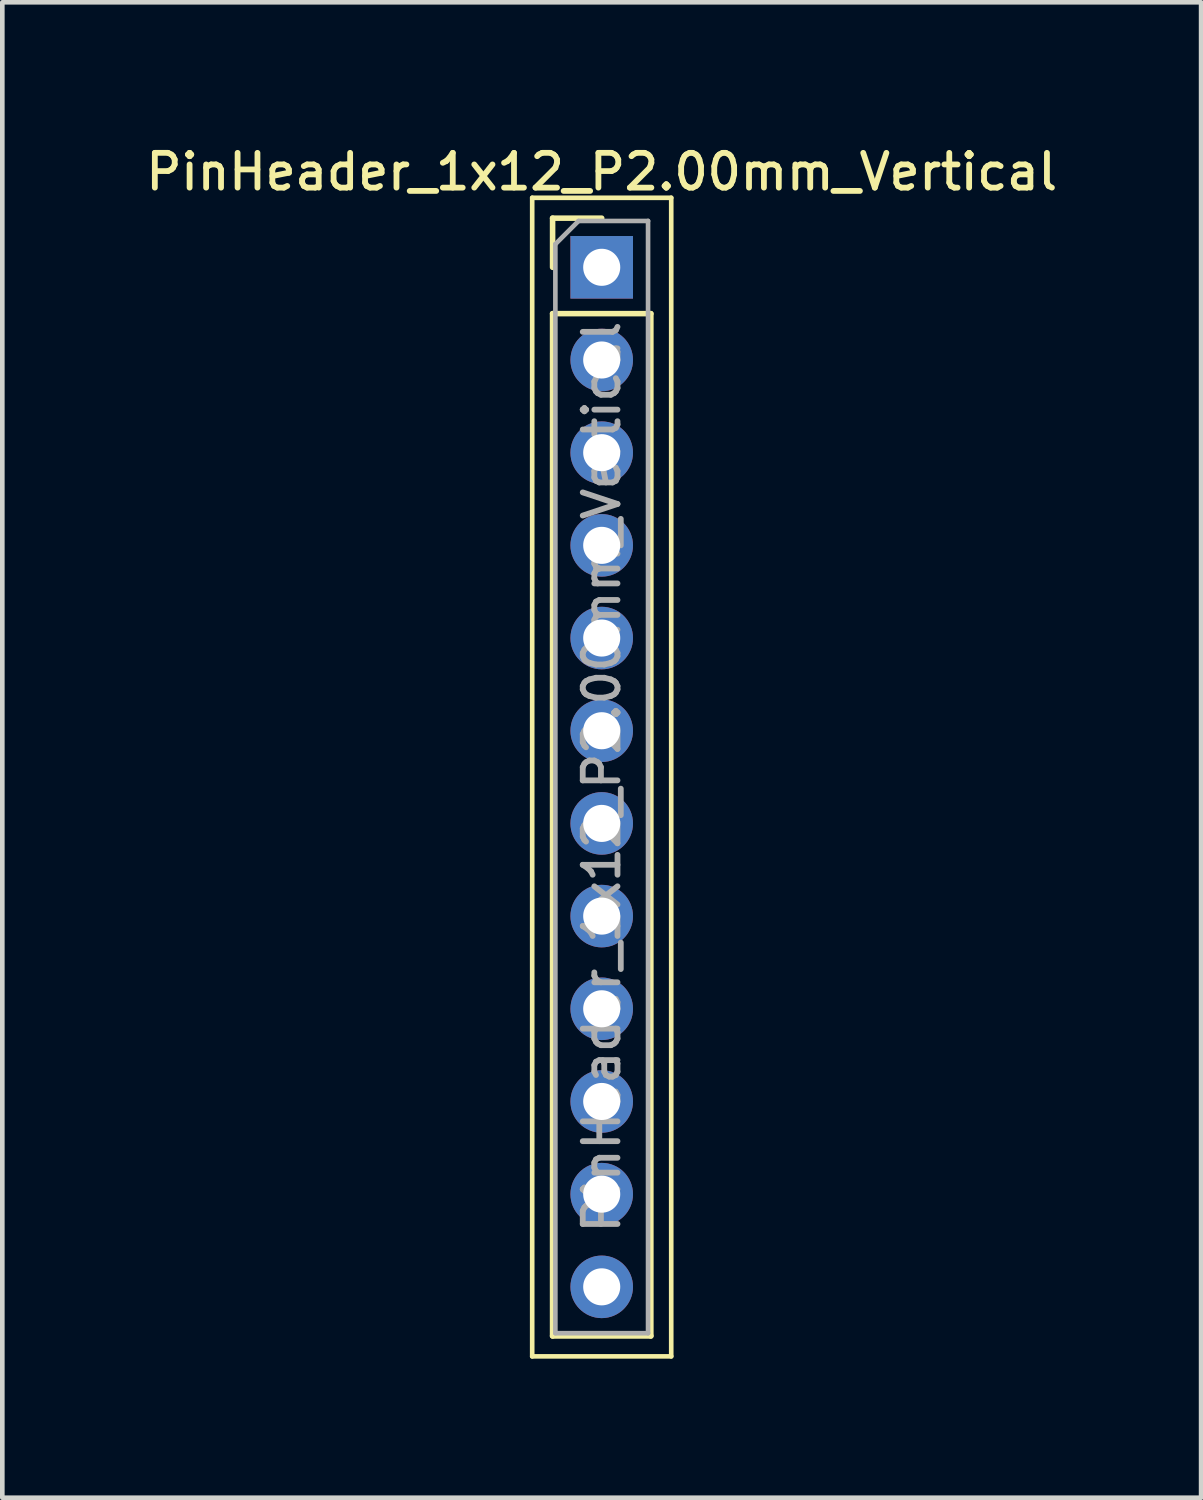
<source format=kicad_pcb>
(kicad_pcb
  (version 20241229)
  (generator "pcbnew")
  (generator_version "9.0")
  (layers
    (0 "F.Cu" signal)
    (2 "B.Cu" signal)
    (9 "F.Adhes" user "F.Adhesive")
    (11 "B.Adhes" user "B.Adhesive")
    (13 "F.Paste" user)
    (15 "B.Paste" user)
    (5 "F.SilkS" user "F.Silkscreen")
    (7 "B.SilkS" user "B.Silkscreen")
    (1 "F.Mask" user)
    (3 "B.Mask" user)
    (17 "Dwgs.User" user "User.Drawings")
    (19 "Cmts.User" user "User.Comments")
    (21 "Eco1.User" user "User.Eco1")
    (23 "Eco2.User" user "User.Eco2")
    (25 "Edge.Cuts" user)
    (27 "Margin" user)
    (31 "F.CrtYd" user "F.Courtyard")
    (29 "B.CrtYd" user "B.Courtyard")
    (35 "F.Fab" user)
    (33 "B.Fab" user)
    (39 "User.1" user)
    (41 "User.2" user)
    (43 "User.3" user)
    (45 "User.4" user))
  (footprint "PinHeader_1x12_P2.00mm_Vertical"
    (layer "F.Cu")
    (at 9.934 2.718)
    (property "Reference" "PinHeader_1x12_P2.00mm_Vertical" (at 0 -2.06 0) (layer "F.SilkS") (effects (font (size 0.75 0.75) (thickness 0.125))))
    (attr through_hole)
    (fp_line (start -1.5 -1.5) (end -1.5 23.5) (stroke (width 0.1) (type solid)) (layer "F.SilkS"))
    (fp_line (start -1.5 23.5) (end 1.5 23.5) (stroke (width 0.1) (type solid)) (layer "F.SilkS"))
    (fp_line (start -1.06 -1.06) (end 0 -1.06) (stroke (width 0.12) (type solid)) (layer "F.SilkS"))
    (fp_line (start -1.06 0) (end -1.06 -1.06) (stroke (width 0.12) (type solid)) (layer "F.SilkS"))
    (fp_line (start -1.06 1) (end -1.06 23.06) (stroke (width 0.12) (type solid)) (layer "F.SilkS"))
    (fp_line (start -1.06 1) (end 1.06 1) (stroke (width 0.12) (type solid)) (layer "F.SilkS"))
    (fp_line (start -1.06 23.06) (end 1.06 23.06) (stroke (width 0.12) (type solid)) (layer "F.SilkS"))
    (fp_line (start 1.06 1) (end 1.06 23.06) (stroke (width 0.12) (type solid)) (layer "F.SilkS"))
    (fp_line (start 1.5 -1.5) (end -1.5 -1.5) (stroke (width 0.1) (type solid)) (layer "F.SilkS"))
    (fp_line (start 1.5 23.5) (end 1.5 -1.5) (stroke (width 0.1) (type solid)) (layer "F.SilkS"))
    (fp_line (start -1 -0.5) (end -0.5 -1) (stroke (width 0.1) (type solid)) (layer "F.Fab"))
    (fp_line (start -1 23) (end -1 -0.5) (stroke (width 0.1) (type solid)) (layer "F.Fab"))
    (fp_line (start -0.5 -1) (end 1 -1) (stroke (width 0.1) (type solid)) (layer "F.Fab"))
    (fp_line (start 1 -1) (end 1 23) (stroke (width 0.1) (type solid)) (layer "F.Fab"))
    (fp_line (start 1 23) (end -1 23) (stroke (width 0.1) (type solid)) (layer "F.Fab"))
    (fp_text user "${REFERENCE}" (at 0 11 90) (layer "F.Fab") (effects (font (size 0.75 0.75) (thickness 0.125))))
    (pad "1" thru_hole rect (at 0 0) (size 1.35 1.35) (drill 0.8) (layers "*.Cu" "*.Mask"))
    (pad "2" thru_hole oval (at 0 2) (size 1.35 1.35) (drill 0.8) (layers "*.Cu" "*.Mask"))
    (pad "3" thru_hole oval (at 0 4) (size 1.35 1.35) (drill 0.8) (layers "*.Cu" "*.Mask"))
    (pad "4" thru_hole oval (at 0 6) (size 1.35 1.35) (drill 0.8) (layers "*.Cu" "*.Mask"))
    (pad "5" thru_hole oval (at 0 8) (size 1.35 1.35) (drill 0.8) (layers "*.Cu" "*.Mask"))
    (pad "6" thru_hole oval (at 0 10) (size 1.35 1.35) (drill 0.8) (layers "*.Cu" "*.Mask"))
    (pad "7" thru_hole oval (at 0 12) (size 1.35 1.35) (drill 0.8) (layers "*.Cu" "*.Mask"))
    (pad "8" thru_hole oval (at 0 14) (size 1.35 1.35) (drill 0.8) (layers "*.Cu" "*.Mask"))
    (pad "9" thru_hole oval (at 0 16) (size 1.35 1.35) (drill 0.8) (layers "*.Cu" "*.Mask"))
    (pad "10" thru_hole oval (at 0 18) (size 1.35 1.35) (drill 0.8) (layers "*.Cu" "*.Mask"))
    (pad "11" thru_hole oval (at 0 20) (size 1.35 1.35) (drill 0.8) (layers "*.Cu" "*.Mask"))
    (pad "12" thru_hole oval (at 0 22) (size 1.35 1.35) (drill 0.8) (layers "*.Cu" "*.Mask")))
  (gr_rect
    (start -3 -3)
    (end 22.868 29.268)
    (stroke (width 0.1) (type default))
    (fill no)
    (layer "Edge.Cuts")))
</source>
